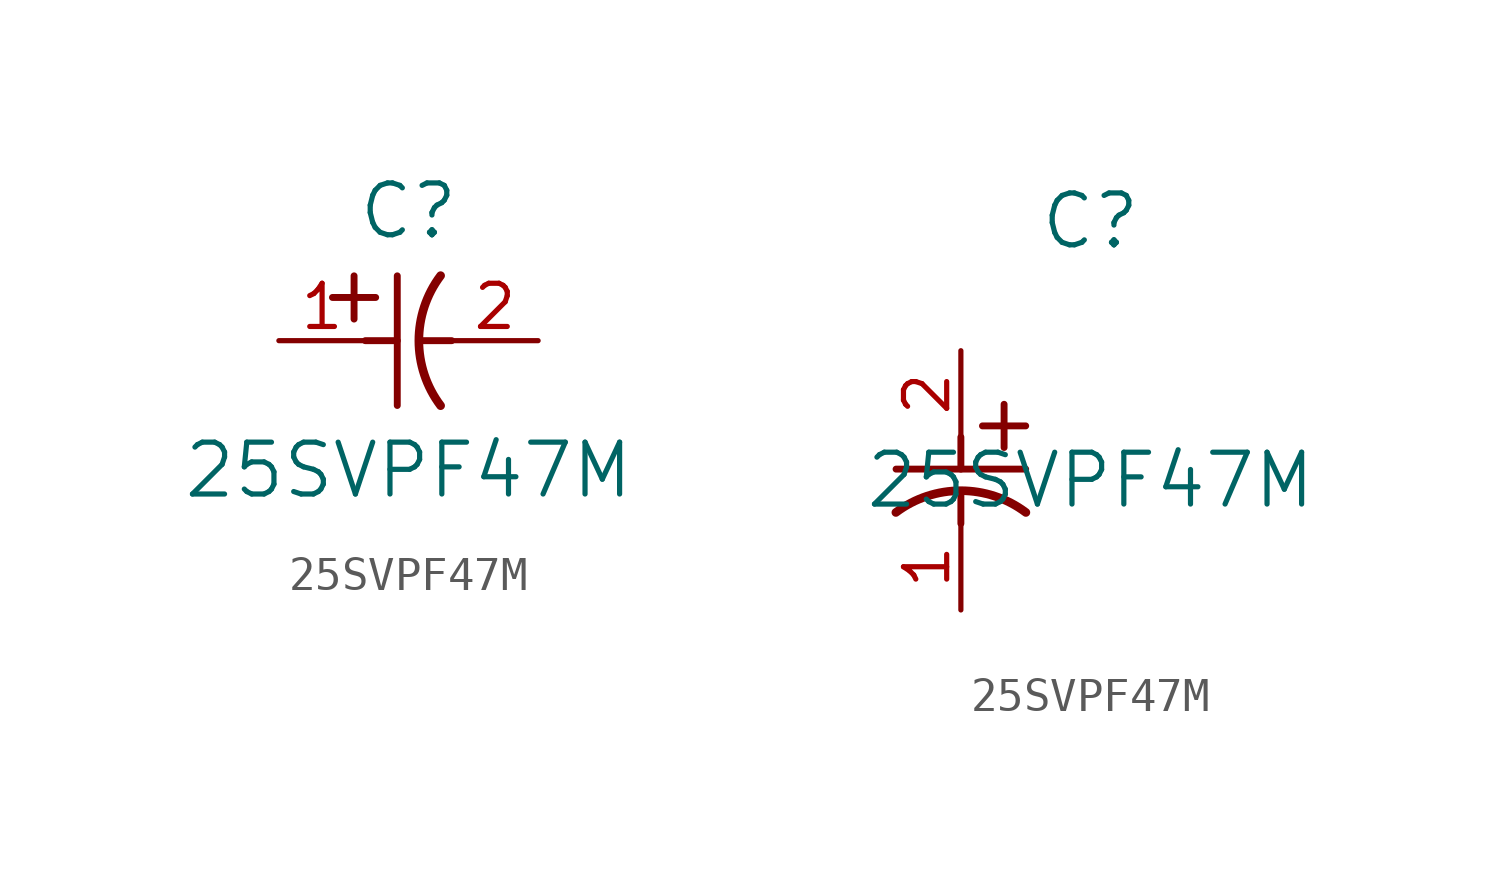
<source format=kicad_sym>
(kicad_symbol_lib
  (version 20211014)
  (generator kicad_symbol_editor)
  (symbol "25SVPF47M"
    (pin_names
      (offset 0.254))
    (property "Reference" "C"
      (at 3.81 3.81 0)
      (effects (font (size 1.524 1.524))))
    (property "Value" "25SVPF47M"
      (at 3.81 -3.81 0)
      (effects (font (size 1.524 1.524))))
    (symbol "25SVPF47M_1_1"
      (polyline (pts (xy 2.21 0.635) (xy 2.21 1.905)) (stroke (width 0.203) (type default) (color 0 0 0 0)) (fill (type none)))
      (arc (start 4.754132 1.910763) (mid 4.1148 0) (end 4.754132 -1.910763) (stroke (width 0.254) (type default) (color 0 0 0 0)) (fill (type none)))
      (polyline (pts (xy 4.115 0) (xy 5.08 0)) (stroke (width 0.203) (type default) (color 0 0 0 0)) (fill (type none)))
      (polyline (pts (xy 3.48 -1.905) (xy 3.48 1.905)) (stroke (width 0.203) (type default) (color 0 0 0 0)) (fill (type none)))
      (polyline (pts (xy 1.575 1.27) (xy 2.845 1.27)) (stroke (width 0.203) (type default) (color 0 0 0 0)) (fill (type none)))
      (polyline (pts (xy 2.54 0) (xy 3.48 0)) (stroke (width 0.203) (type default) (color 0 0 0 0)) (fill (type none)))
      (pin unspecified line (at 0 0 0) (length 2.54) (name "" (effects (font (size 1.27 1.27)))) (number "1" (effects (font (size 1.27 1.27)))))
      (pin unspecified line (at 7.62 0 180) (length 2.54) (name "" (effects (font (size 1.27 1.27)))) (number "2" (effects (font (size 1.27 1.27))))))
    (symbol "25SVPF47M_1_2"
      (polyline (pts (xy 0 -2.54) (xy 0 -3.48)) (stroke (width 0.203) (type default) (color 0 0 0 0)) (fill (type none)))
      (arc (start 1.910763 -4.754132) (mid 0 -4.1148) (end -1.910763 -4.754132) (stroke (width 0.254) (type default) (color 0 0 0 0)) (fill (type none)))
      (polyline (pts (xy -1.905 -3.48) (xy 1.905 -3.48)) (stroke (width 0.203) (type default) (color 0 0 0 0)) (fill (type none)))
      (polyline (pts (xy 0.635 -2.21) (xy 1.905 -2.21)) (stroke (width 0.203) (type default) (color 0 0 0 0)) (fill (type none)))
      (polyline (pts (xy 1.27 -1.575) (xy 1.27 -2.845)) (stroke (width 0.203) (type default) (color 0 0 0 0)) (fill (type none)))
      (polyline (pts (xy 0 -4.115) (xy 0 -5.08)) (stroke (width 0.203) (type default) (color 0 0 0 0)) (fill (type none)))
      (pin unspecified line (at 0 -7.62 90) (length 2.54) (name "" (effects (font (size 1.27 1.27)))) (number "1" (effects (font (size 1.27 1.27)))))
      (pin unspecified line (at 0 0 270) (length 2.54) (name "" (effects (font (size 1.27 1.27)))) (number "2" (effects (font (size 1.27 1.27))))))))
</source>
